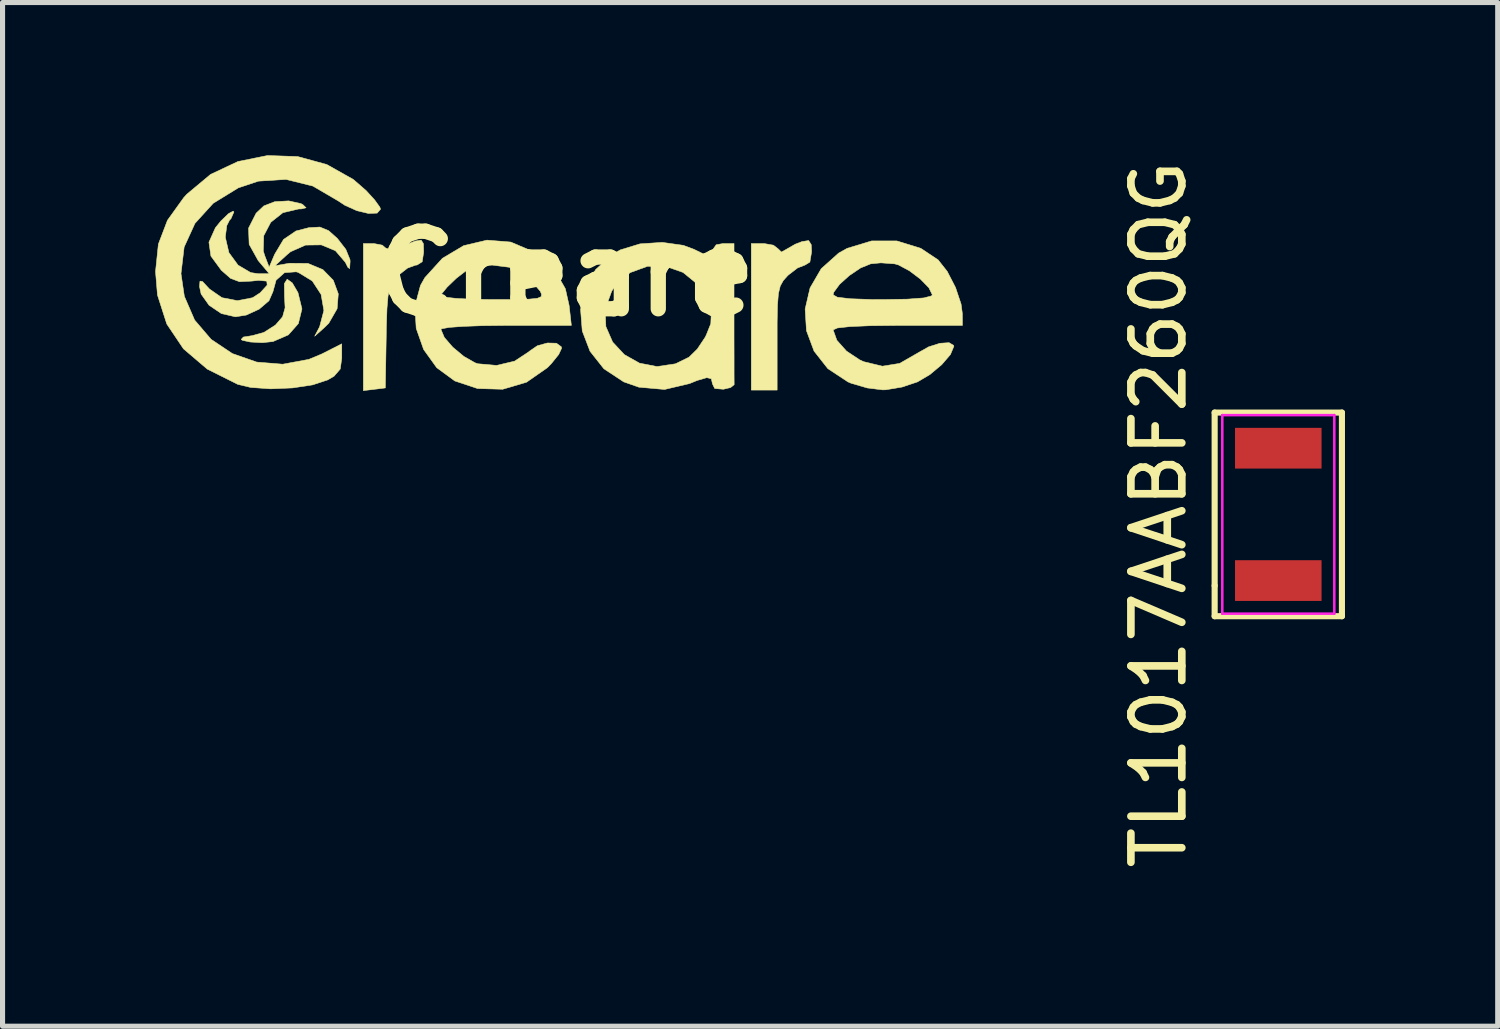
<source format=kicad_pcb>
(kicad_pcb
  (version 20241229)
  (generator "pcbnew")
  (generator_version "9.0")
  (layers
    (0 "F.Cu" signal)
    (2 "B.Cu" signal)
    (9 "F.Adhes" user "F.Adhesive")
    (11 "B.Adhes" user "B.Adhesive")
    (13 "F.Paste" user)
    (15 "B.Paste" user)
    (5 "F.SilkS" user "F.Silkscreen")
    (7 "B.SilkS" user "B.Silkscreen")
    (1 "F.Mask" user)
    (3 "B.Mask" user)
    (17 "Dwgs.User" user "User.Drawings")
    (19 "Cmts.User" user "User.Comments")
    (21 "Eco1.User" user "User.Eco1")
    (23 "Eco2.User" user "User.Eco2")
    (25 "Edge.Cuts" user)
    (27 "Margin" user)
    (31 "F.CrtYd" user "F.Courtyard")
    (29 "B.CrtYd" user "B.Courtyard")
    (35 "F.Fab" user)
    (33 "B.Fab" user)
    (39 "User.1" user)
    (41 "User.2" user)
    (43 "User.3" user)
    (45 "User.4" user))
  (footprint "TL1017AABF260QG"
    (layer "F.Cu")
    (at 22.059 7.054)
    (property "Reference" "TL1017AABF260QG" (at -2.35 0 90) (layer "F.SilkS") (effects (font (size 1 1) (thickness 0.15))))
    (attr through_hole)
    (fp_line (start -1.25 -2) (end 1.25 -2) (stroke (width 0.12) (type default)) (layer "F.SilkS"))
    (fp_line (start -1.25 1.4) (end -1.25 -2) (stroke (width 0.12) (type default)) (layer "F.SilkS"))
    (fp_line (start -1.25 2) (end -1.25 1.4) (stroke (width 0.12) (type default)) (layer "F.SilkS"))
    (fp_line (start 1.25 -2) (end 1.25 2) (stroke (width 0.12) (type default)) (layer "F.SilkS"))
    (fp_line (start 1.25 2) (end -1.25 2) (stroke (width 0.12) (type default)) (layer "F.SilkS"))
    (fp_line (start -1.1 -1.95) (end 1.1 -1.95) (stroke (width 0.05) (type default)) (layer "F.CrtYd"))
    (fp_line (start -1.1 1.95) (end -1.1 -1.95) (stroke (width 0.05) (type default)) (layer "F.CrtYd"))
    (fp_line (start 1.1 -1.95) (end 1.1 1.95) (stroke (width 0.05) (type default)) (layer "F.CrtYd"))
    (fp_line (start 1.1 1.95) (end -1.1 1.95) (stroke (width 0.05) (type default)) (layer "F.CrtYd"))
    (pad "1" smd rect (at 0 1.3) (size 1.7 0.8) (layers "F.Cu" "F.Mask" "F.Paste"))
    (pad "2" smd rect (at 0 -1.3) (size 1.7 0.8) (layers "F.Cu" "F.Mask" "F.Paste")))
  (footprint "Creare"
    (layer "F.Cu")
    (at 8.066 2.326)
    (property "Reference" "Creare" (at 0 0 0) (layer "F.SilkS") (effects (font (size 1.524 1.524) (thickness 0.3))))
    (attr through_hole)
    (fp_poly (pts (xy -5.375 0.181) (xy -5.263 0.372) (xy -5.185 0.692) (xy -5.255 0.979) (xy -5.452 1.202) (xy -5.754 1.333) (xy -5.964 1.355) (xy -6.2 1.342) (xy -6.354 1.309) (xy -6.379 1.291) (xy -6.335 1.244) (xy -6.175 1.219) (xy -6.169 1.219) (xy -5.933 1.154) (xy -5.709 1.011) (xy -5.704 1.007) (xy -5.565 0.846) (xy -5.516 0.67) (xy -5.528 0.441) (xy -5.531 0.196) (xy -5.476 0.108) (xy -5.375 0.181)) (stroke (width 0.01) (type solid)) (fill yes) (layer "F.SilkS"))
    (fp_poly (pts (xy 4.819 -0.57) (xy 4.826 -0.429) (xy 4.792 -0.228) (xy 4.695 -0.169) (xy 4.55 -0.113) (xy 4.372 0.024) (xy 4.356 0.038) (xy 4.269 0.136) (xy 4.21 0.242) (xy 4.174 0.391) (xy 4.156 0.618) (xy 4.149 0.956) (xy 4.149 1.266) (xy 4.149 2.286) (xy 3.641 2.286) (xy 3.641 -0.593) (xy 3.888 -0.593) (xy 4.076 -0.56) (xy 4.17 -0.487) (xy 4.233 -0.425) (xy 4.325 -0.476) (xy 4.504 -0.579) (xy 4.636 -0.63) (xy 4.768 -0.651) (xy 4.819 -0.57)) (stroke (width 0.01) (type solid)) (fill yes) (layer "F.SilkS"))
    (fp_poly (pts (xy -2.799 -0.59) (xy -2.794 -0.423) (xy -2.823 -0.234) (xy -2.925 -0.17) (xy -2.949 -0.169) (xy -3.109 -0.111) (xy -3.292 0.032) (xy -3.308 0.049) (xy -3.397 0.155) (xy -3.457 0.273) (xy -3.494 0.438) (xy -3.515 0.687) (xy -3.527 1.054) (xy -3.53 1.255) (xy -3.547 2.244) (xy -3.979 2.297) (xy -3.979 -0.593) (xy -3.775 -0.593) (xy -3.606 -0.56) (xy -3.541 -0.504) (xy -3.446 -0.471) (xy -3.228 -0.534) (xy -3.198 -0.546) (xy -2.961 -0.641) (xy -2.842 -0.659) (xy -2.799 -0.59)) (stroke (width 0.01) (type solid)) (fill yes) (layer "F.SilkS"))
    (fp_poly (pts (xy -5.269 -2.301) (xy -4.698 -2.145) (xy -4.176 -1.851) (xy -3.925 -1.633) (xy -3.757 -1.449) (xy -3.655 -1.307) (xy -3.641 -1.267) (xy -3.708 -1.19) (xy -3.878 -1.183) (xy -4.105 -1.237) (xy -4.343 -1.344) (xy -4.471 -1.429) (xy -4.97 -1.721) (xy -5.498 -1.852) (xy -6.038 -1.818) (xy -6.435 -1.686) (xy -6.928 -1.383) (xy -7.286 -0.989) (xy -7.499 -0.523) (xy -7.561 -0.001) (xy -7.495 0.444) (xy -7.293 0.911) (xy -6.969 1.29) (xy -6.552 1.569) (xy -6.074 1.736) (xy -5.563 1.778) (xy -5.05 1.683) (xy -4.798 1.578) (xy -4.403 1.378) (xy -4.403 1.66) (xy -4.433 1.873) (xy -4.554 2.013) (xy -4.678 2.086) (xy -4.975 2.184) (xy -5.371 2.244) (xy -5.799 2.262) (xy -6.193 2.234) (xy -6.445 2.174) (xy -7.045 1.874) (xy -7.512 1.476) (xy -7.84 0.988) (xy -8.023 0.419) (xy -8.061 -0.042) (xy -8.005 -0.581) (xy -7.827 -1.048) (xy -7.507 -1.494) (xy -7.445 -1.562) (xy -6.979 -1.951) (xy -6.441 -2.204) (xy -5.861 -2.321) (xy -5.269 -2.301)) (stroke (width 0.01) (type solid)) (fill yes) (layer "F.SilkS"))
    (fp_poly (pts (xy 2.306 -0.557) (xy 2.517 -0.478) (xy 2.733 -0.372) (xy 2.841 -0.35) (xy 2.876 -0.408) (xy 2.879 -0.466) (xy 2.952 -0.568) (xy 3.09 -0.593) (xy 3.302 -0.593) (xy 3.302 0.762) (xy 3.302 1.225) (xy 3.303 1.629) (xy 3.303 1.942) (xy 3.304 2.134) (xy 3.305 2.18) (xy 3.234 2.237) (xy 3.093 2.27) (xy 2.923 2.255) (xy 2.879 2.165) (xy 2.856 2.064) (xy 2.768 2.042) (xy 2.579 2.097) (xy 2.426 2.159) (xy 1.938 2.274) (xy 1.432 2.229) (xy 1.136 2.125) (xy 0.746 1.868) (xy 0.474 1.524) (xy 0.321 1.125) (xy 0.288 0.703) (xy 0.289 0.698) (xy 0.77 0.698) (xy 0.785 1.039) (xy 0.918 1.343) (xy 1.147 1.589) (xy 1.445 1.757) (xy 1.789 1.824) (xy 2.152 1.77) (xy 2.418 1.64) (xy 2.581 1.48) (xy 2.735 1.249) (xy 2.757 1.205) (xy 2.846 0.982) (xy 2.854 0.799) (xy 2.786 0.559) (xy 2.785 0.556) (xy 2.588 0.21) (xy 2.3 -0.025) (xy 1.958 -0.145) (xy 1.599 -0.144) (xy 1.259 -0.02) (xy 0.974 0.233) (xy 0.9 0.342) (xy 0.77 0.698) (xy 0.289 0.698) (xy 0.376 0.291) (xy 0.584 -0.081) (xy 0.915 -0.381) (xy 1.072 -0.469) (xy 1.456 -0.586) (xy 1.893 -0.615) (xy 2.306 -0.557)) (stroke (width 0.01) (type solid)) (fill yes) (layer "F.SilkS"))
    (fp_poly (pts (xy -1.082 -0.621) (xy -0.634 -0.43) (xy -0.589 -0.4) (xy -0.225 -0.08) (xy -0.011 0.295) (xy 0.063 0.625) (xy 0.107 1.016) (xy -1.174 1.016) (xy -1.635 1.021) (xy -2.018 1.035) (xy -2.294 1.055) (xy -2.44 1.082) (xy -2.455 1.094) (xy -2.389 1.251) (xy -2.223 1.443) (xy -2.005 1.625) (xy -1.785 1.75) (xy -1.73 1.769) (xy -1.364 1.802) (xy -1.008 1.718) (xy -0.73 1.535) (xy -0.719 1.524) (xy -0.56 1.415) (xy -0.363 1.361) (xy -0.186 1.366) (xy -0.09 1.436) (xy -0.085 1.465) (xy -0.141 1.586) (xy -0.285 1.765) (xy -0.365 1.847) (xy -0.774 2.132) (xy -1.241 2.27) (xy -1.735 2.256) (xy -2.182 2.107) (xy -2.538 1.846) (xy -2.795 1.488) (xy -2.941 1.073) (xy -2.966 0.641) (xy -2.911 0.432) (xy -2.455 0.432) (xy -2.376 0.461) (xy -2.16 0.485) (xy -1.84 0.502) (xy -1.449 0.508) (xy -1.436 0.508) (xy -1.009 0.507) (xy -0.724 0.5) (xy -0.559 0.483) (xy -0.485 0.451) (xy -0.479 0.401) (xy -0.504 0.345) (xy -0.755 0.048) (xy -1.111 -0.126) (xy -1.448 -0.169) (xy -1.745 -0.145) (xy -1.971 -0.05) (xy -2.156 0.093) (xy -2.333 0.264) (xy -2.441 0.396) (xy -2.455 0.432) (xy -2.911 0.432) (xy -2.857 0.231) (xy -2.771 0.078) (xy -2.425 -0.303) (xy -2.008 -0.551) (xy -1.55 -0.659) (xy -1.082 -0.621)) (stroke (width 0.01) (type solid)) (fill yes) (layer "F.SilkS"))
    (fp_poly (pts (xy 6.502 -0.643) (xy 6.971 -0.498) (xy 7.311 -0.272) (xy 7.49 -0.045) (xy 7.653 0.271) (xy 7.762 0.596) (xy 7.787 0.783) (xy 7.789 1.016) (xy 6.519 1.016) (xy 5.975 1.022) (xy 5.577 1.039) (xy 5.333 1.066) (xy 5.249 1.104) (xy 5.249 1.104) (xy 5.322 1.308) (xy 5.511 1.52) (xy 5.773 1.694) (xy 5.851 1.729) (xy 6.216 1.817) (xy 6.556 1.762) (xy 6.913 1.557) (xy 6.916 1.555) (xy 7.125 1.437) (xy 7.346 1.367) (xy 7.526 1.355) (xy 7.617 1.409) (xy 7.62 1.428) (xy 7.553 1.588) (xy 7.382 1.787) (xy 7.15 1.981) (xy 6.907 2.125) (xy 6.602 2.227) (xy 6.285 2.28) (xy 6.223 2.282) (xy 5.921 2.245) (xy 5.602 2.152) (xy 5.539 2.125) (xy 5.145 1.865) (xy 4.874 1.52) (xy 4.725 1.119) (xy 4.699 0.695) (xy 4.764 0.415) (xy 5.249 0.415) (xy 5.332 0.462) (xy 5.582 0.492) (xy 5.999 0.507) (xy 6.223 0.508) (xy 6.71 0.5) (xy 7.03 0.476) (xy 7.182 0.436) (xy 7.197 0.415) (xy 7.13 0.277) (xy 6.962 0.105) (xy 6.746 -0.058) (xy 6.532 -0.172) (xy 6.459 -0.193) (xy 6.187 -0.213) (xy 5.988 -0.194) (xy 5.79 -0.114) (xy 5.569 0.035) (xy 5.376 0.208) (xy 5.261 0.365) (xy 5.249 0.415) (xy 4.764 0.415) (xy 4.796 0.279) (xy 5.015 -0.098) (xy 5.358 -0.405) (xy 5.524 -0.498) (xy 6.006 -0.644) (xy 6.502 -0.643)) (stroke (width 0.01) (type solid)) (fill yes) (layer "F.SilkS"))
    (fp_poly (pts (xy -5.203 -1.376) (xy -5.165 -1.355) (xy -5.104 -1.295) (xy -5.19 -1.273) (xy -5.252 -1.271) (xy -5.56 -1.198) (xy -5.798 -1.009) (xy -5.936 -0.745) (xy -5.944 -0.446) (xy -5.918 -0.36) (xy -5.829 -0.127) (xy -5.721 -0.381) (xy -5.547 -0.672) (xy -5.302 -0.839) (xy -5.049 -0.904) (xy -4.832 -0.916) (xy -4.662 -0.846) (xy -4.491 -0.694) (xy -4.323 -0.478) (xy -4.241 -0.275) (xy -4.239 -0.239) (xy -4.248 -0.1) (xy -4.282 -0.123) (xy -4.332 -0.223) (xy -4.527 -0.451) (xy -4.804 -0.566) (xy -5.114 -0.562) (xy -5.409 -0.431) (xy -5.477 -0.374) (xy -5.715 -0.156) (xy -5.431 -0.205) (xy -5.067 -0.202) (xy -4.774 -0.08) (xy -4.569 0.13) (xy -4.471 0.396) (xy -4.494 0.688) (xy -4.658 0.973) (xy -4.744 1.058) (xy -4.935 1.228) (xy -4.838 1.043) (xy -4.754 0.723) (xy -4.809 0.407) (xy -4.982 0.143) (xy -5.255 -0.024) (xy -5.299 -0.037) (xy -5.527 -0.02) (xy -5.693 0.128) (xy -5.755 0.354) (xy -5.833 0.532) (xy -6.026 0.697) (xy -6.279 0.813) (xy -6.492 0.847) (xy -6.768 0.783) (xy -7.009 0.62) (xy -7.165 0.401) (xy -7.197 0.253) (xy -7.188 0.146) (xy -7.139 0.153) (xy -7.018 0.283) (xy -7.003 0.3) (xy -6.757 0.471) (xy -6.453 0.53) (xy -6.155 0.472) (xy -6.006 0.376) (xy -5.868 0.225) (xy -5.876 0.146) (xy -6.037 0.131) (xy -6.177 0.146) (xy -6.413 0.157) (xy -6.587 0.092) (xy -6.769 -0.068) (xy -6.973 -0.346) (xy -7.012 -0.618) (xy -6.885 -0.902) (xy -6.776 -1.036) (xy -6.627 -1.18) (xy -6.535 -1.229) (xy -6.522 -1.211) (xy -6.581 -1.077) (xy -6.604 -1.058) (xy -6.661 -0.946) (xy -6.688 -0.74) (xy -6.689 -0.711) (xy -6.62 -0.414) (xy -6.44 -0.168) (xy -6.192 -0.022) (xy -6.05 0) (xy -5.827 0) (xy -6.046 -0.26) (xy -6.222 -0.577) (xy -6.234 -0.894) (xy -6.085 -1.188) (xy -5.934 -1.331) (xy -5.721 -1.414) (xy -5.445 -1.43) (xy -5.203 -1.376)) (stroke (width 0.01) (type solid)) (fill yes) (layer "F.SilkS")))
  (gr_rect
    (start -3 -3)
    (end 26.369 17.107)
    (stroke (width 0.1) (type default))
    (fill no)
    (layer "Edge.Cuts")))
</source>
